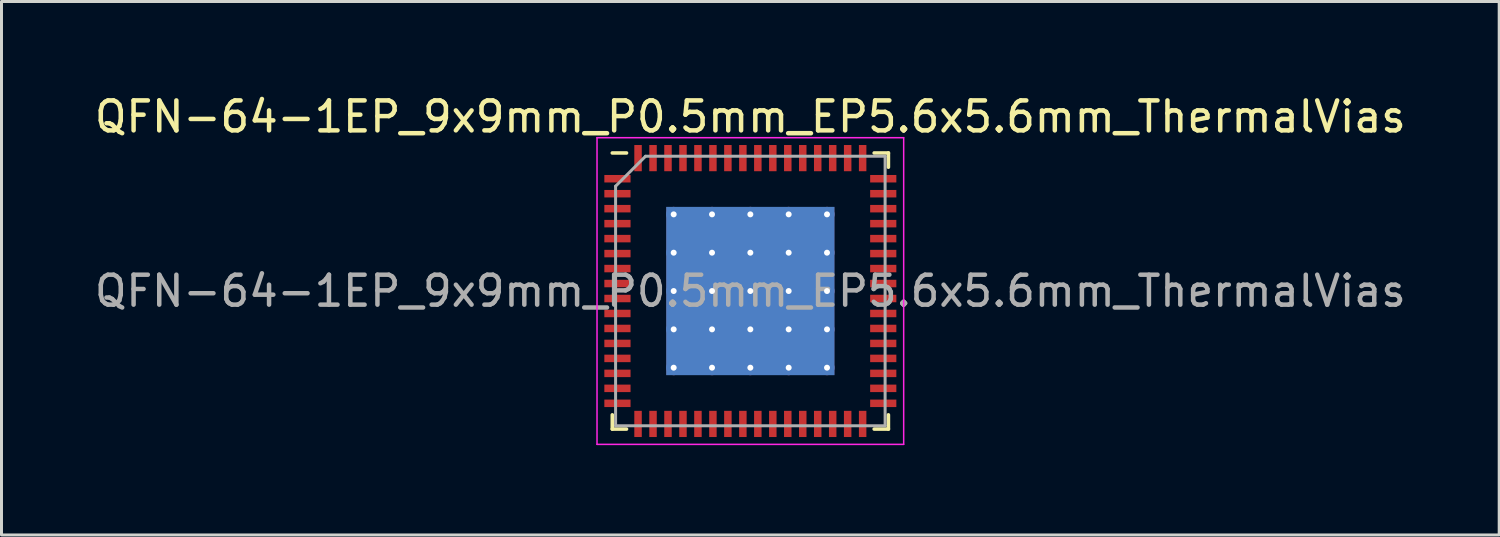
<source format=kicad_pcb>
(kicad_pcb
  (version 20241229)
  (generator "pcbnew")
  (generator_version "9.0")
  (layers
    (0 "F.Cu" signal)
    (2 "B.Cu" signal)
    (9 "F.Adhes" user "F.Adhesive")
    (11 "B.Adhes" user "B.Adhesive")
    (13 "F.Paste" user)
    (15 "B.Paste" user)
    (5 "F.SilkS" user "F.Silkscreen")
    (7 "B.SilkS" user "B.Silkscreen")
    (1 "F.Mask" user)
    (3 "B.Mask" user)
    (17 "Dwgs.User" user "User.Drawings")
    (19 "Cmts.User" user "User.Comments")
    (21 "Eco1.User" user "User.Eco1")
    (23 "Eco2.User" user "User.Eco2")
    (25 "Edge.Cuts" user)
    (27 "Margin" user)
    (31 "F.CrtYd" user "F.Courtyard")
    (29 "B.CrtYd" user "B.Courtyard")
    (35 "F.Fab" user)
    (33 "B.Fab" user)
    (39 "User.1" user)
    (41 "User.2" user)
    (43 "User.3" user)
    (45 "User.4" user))
  (footprint "QFN-64-1EP_9x9mm_P0.5mm_EP5.6x5.6mm_ThermalVias"
    (layer "F.Cu")
    (at 22.006 6.668)
    (property "Reference" "QFN-64-1EP_9x9mm_P0.5mm_EP5.6x5.6mm_ThermalVias" (at 0 -5.82 0) (layer "F.SilkS") (effects (font (size 1 1) (thickness 0.15))))
    (attr smd)
    (fp_line (start -4.61 4.61) (end -4.61 4.135) (stroke (width 0.12) (type solid)) (layer "F.SilkS"))
    (fp_line (start -4.135 -4.61) (end -4.61 -4.61) (stroke (width 0.12) (type solid)) (layer "F.SilkS"))
    (fp_line (start -4.135 4.61) (end -4.61 4.61) (stroke (width 0.12) (type solid)) (layer "F.SilkS"))
    (fp_line (start 4.135 -4.61) (end 4.61 -4.61) (stroke (width 0.12) (type solid)) (layer "F.SilkS"))
    (fp_line (start 4.135 4.61) (end 4.61 4.61) (stroke (width 0.12) (type solid)) (layer "F.SilkS"))
    (fp_line (start 4.61 -4.61) (end 4.61 -4.135) (stroke (width 0.12) (type solid)) (layer "F.SilkS"))
    (fp_line (start 4.61 4.61) (end 4.61 4.135) (stroke (width 0.12) (type solid)) (layer "F.SilkS"))
    (fp_line (start -5.12 -5.12) (end -5.12 5.12) (stroke (width 0.05) (type solid)) (layer "F.CrtYd"))
    (fp_line (start -5.12 5.12) (end 5.12 5.12) (stroke (width 0.05) (type solid)) (layer "F.CrtYd"))
    (fp_line (start 5.12 -5.12) (end -5.12 -5.12) (stroke (width 0.05) (type solid)) (layer "F.CrtYd"))
    (fp_line (start 5.12 5.12) (end 5.12 -5.12) (stroke (width 0.05) (type solid)) (layer "F.CrtYd"))
    (fp_line (start -4.5 -3.5) (end -3.5 -4.5) (stroke (width 0.1) (type solid)) (layer "F.Fab"))
    (fp_line (start -4.5 4.5) (end -4.5 -3.5) (stroke (width 0.1) (type solid)) (layer "F.Fab"))
    (fp_line (start -3.5 -4.5) (end 4.5 -4.5) (stroke (width 0.1) (type solid)) (layer "F.Fab"))
    (fp_line (start 4.5 -4.5) (end 4.5 4.5) (stroke (width 0.1) (type solid)) (layer "F.Fab"))
    (fp_line (start 4.5 4.5) (end -4.5 4.5) (stroke (width 0.1) (type solid)) (layer "F.Fab"))
    (fp_text user "${REFERENCE}" (at 0 0 0) (layer "F.Fab") (effects (font (size 1 1) (thickness 0.15))))
    (pad "" smd custom (at -1.92 -1.92) (size 1.036 1.036) (layers "F.Paste") (options (anchor circle)) (primitives (gr_poly (pts (xy -0.564 -0.433) (xy -0.433 -0.564) (xy 0.433 -0.564) (xy 0.564 -0.433) (xy 0.564 0.433) (xy 0.433 0.564) (xy -0.433 0.564) (xy -0.564 0.433)) (width 0) (fill yes))))
    (pad "" smd custom (at -1.92 -0.64) (size 1.036 1.036) (layers "F.Paste") (options (anchor circle)) (primitives (gr_poly (pts (xy -0.564 -0.433) (xy -0.433 -0.564) (xy 0.433 -0.564) (xy 0.564 -0.433) (xy 0.564 0.433) (xy 0.433 0.564) (xy -0.433 0.564) (xy -0.564 0.433)) (width 0) (fill yes))))
    (pad "" smd custom (at -1.92 0.64) (size 1.036 1.036) (layers "F.Paste") (options (anchor circle)) (primitives (gr_poly (pts (xy -0.564 -0.433) (xy -0.433 -0.564) (xy 0.433 -0.564) (xy 0.564 -0.433) (xy 0.564 0.433) (xy 0.433 0.564) (xy -0.433 0.564) (xy -0.564 0.433)) (width 0) (fill yes))))
    (pad "" smd custom (at -1.92 1.92) (size 1.036 1.036) (layers "F.Paste") (options (anchor circle)) (primitives (gr_poly (pts (xy -0.564 -0.433) (xy -0.433 -0.564) (xy 0.433 -0.564) (xy 0.564 -0.433) (xy 0.564 0.433) (xy 0.433 0.564) (xy -0.433 0.564) (xy -0.564 0.433)) (width 0) (fill yes))))
    (pad "" smd custom (at -0.64 -1.92) (size 1.036 1.036) (layers "F.Paste") (options (anchor circle)) (primitives (gr_poly (pts (xy -0.564 -0.433) (xy -0.433 -0.564) (xy 0.433 -0.564) (xy 0.564 -0.433) (xy 0.564 0.433) (xy 0.433 0.564) (xy -0.433 0.564) (xy -0.564 0.433)) (width 0) (fill yes))))
    (pad "" smd custom (at -0.64 -0.64) (size 1.036 1.036) (layers "F.Paste") (options (anchor circle)) (primitives (gr_poly (pts (xy -0.564 -0.433) (xy -0.433 -0.564) (xy 0.433 -0.564) (xy 0.564 -0.433) (xy 0.564 0.433) (xy 0.433 0.564) (xy -0.433 0.564) (xy -0.564 0.433)) (width 0) (fill yes))))
    (pad "" smd custom (at -0.64 0.64) (size 1.036 1.036) (layers "F.Paste") (options (anchor circle)) (primitives (gr_poly (pts (xy -0.564 -0.433) (xy -0.433 -0.564) (xy 0.433 -0.564) (xy 0.564 -0.433) (xy 0.564 0.433) (xy 0.433 0.564) (xy -0.433 0.564) (xy -0.564 0.433)) (width 0) (fill yes))))
    (pad "" smd custom (at -0.64 1.92) (size 1.036 1.036) (layers "F.Paste") (options (anchor circle)) (primitives (gr_poly (pts (xy -0.564 -0.433) (xy -0.433 -0.564) (xy 0.433 -0.564) (xy 0.564 -0.433) (xy 0.564 0.433) (xy 0.433 0.564) (xy -0.433 0.564) (xy -0.564 0.433)) (width 0) (fill yes))))
    (pad "" smd custom (at 0.64 -1.92) (size 1.036 1.036) (layers "F.Paste") (options (anchor circle)) (primitives (gr_poly (pts (xy -0.564 -0.433) (xy -0.433 -0.564) (xy 0.433 -0.564) (xy 0.564 -0.433) (xy 0.564 0.433) (xy 0.433 0.564) (xy -0.433 0.564) (xy -0.564 0.433)) (width 0) (fill yes))))
    (pad "" smd custom (at 0.64 -0.64) (size 1.036 1.036) (layers "F.Paste") (options (anchor circle)) (primitives (gr_poly (pts (xy -0.564 -0.433) (xy -0.433 -0.564) (xy 0.433 -0.564) (xy 0.564 -0.433) (xy 0.564 0.433) (xy 0.433 0.564) (xy -0.433 0.564) (xy -0.564 0.433)) (width 0) (fill yes))))
    (pad "" smd custom (at 0.64 0.64) (size 1.036 1.036) (layers "F.Paste") (options (anchor circle)) (primitives (gr_poly (pts (xy -0.564 -0.433) (xy -0.433 -0.564) (xy 0.433 -0.564) (xy 0.564 -0.433) (xy 0.564 0.433) (xy 0.433 0.564) (xy -0.433 0.564) (xy -0.564 0.433)) (width 0) (fill yes))))
    (pad "" smd custom (at 0.64 1.92) (size 1.036 1.036) (layers "F.Paste") (options (anchor circle)) (primitives (gr_poly (pts (xy -0.564 -0.433) (xy -0.433 -0.564) (xy 0.433 -0.564) (xy 0.564 -0.433) (xy 0.564 0.433) (xy 0.433 0.564) (xy -0.433 0.564) (xy -0.564 0.433)) (width 0) (fill yes))))
    (pad "" smd custom (at 1.92 -1.92) (size 1.036 1.036) (layers "F.Paste") (options (anchor circle)) (primitives (gr_poly (pts (xy -0.564 -0.433) (xy -0.433 -0.564) (xy 0.433 -0.564) (xy 0.564 -0.433) (xy 0.564 0.433) (xy 0.433 0.564) (xy -0.433 0.564) (xy -0.564 0.433)) (width 0) (fill yes))))
    (pad "" smd custom (at 1.92 -0.64) (size 1.036 1.036) (layers "F.Paste") (options (anchor circle)) (primitives (gr_poly (pts (xy -0.564 -0.433) (xy -0.433 -0.564) (xy 0.433 -0.564) (xy 0.564 -0.433) (xy 0.564 0.433) (xy 0.433 0.564) (xy -0.433 0.564) (xy -0.564 0.433)) (width 0) (fill yes))))
    (pad "" smd custom (at 1.92 0.64) (size 1.036 1.036) (layers "F.Paste") (options (anchor circle)) (primitives (gr_poly (pts (xy -0.564 -0.433) (xy -0.433 -0.564) (xy 0.433 -0.564) (xy 0.564 -0.433) (xy 0.564 0.433) (xy 0.433 0.564) (xy -0.433 0.564) (xy -0.564 0.433)) (width 0) (fill yes))))
    (pad "" smd custom (at 1.92 1.92) (size 1.036 1.036) (layers "F.Paste") (options (anchor circle)) (primitives (gr_poly (pts (xy -0.564 -0.433) (xy -0.433 -0.564) (xy 0.433 -0.564) (xy 0.564 -0.433) (xy 0.564 0.433) (xy 0.433 0.564) (xy -0.433 0.564) (xy -0.564 0.433)) (width 0) (fill yes))))
    (pad "1" smd rect (at -4.438 -3.75) (size 0.875 0.25) (layers "F.Cu" "F.Mask" "F.Paste"))
    (pad "2" smd rect (at -4.438 -3.25) (size 0.875 0.25) (layers "F.Cu" "F.Mask" "F.Paste"))
    (pad "3" smd rect (at -4.438 -2.75) (size 0.875 0.25) (layers "F.Cu" "F.Mask" "F.Paste"))
    (pad "4" smd rect (at -4.438 -2.25) (size 0.875 0.25) (layers "F.Cu" "F.Mask" "F.Paste"))
    (pad "5" smd rect (at -4.438 -1.75) (size 0.875 0.25) (layers "F.Cu" "F.Mask" "F.Paste"))
    (pad "6" smd rect (at -4.438 -1.25) (size 0.875 0.25) (layers "F.Cu" "F.Mask" "F.Paste"))
    (pad "7" smd rect (at -4.438 -0.75) (size 0.875 0.25) (layers "F.Cu" "F.Mask" "F.Paste"))
    (pad "8" smd rect (at -4.438 -0.25) (size 0.875 0.25) (layers "F.Cu" "F.Mask" "F.Paste"))
    (pad "9" smd rect (at -4.438 0.25) (size 0.875 0.25) (layers "F.Cu" "F.Mask" "F.Paste"))
    (pad "10" smd rect (at -4.438 0.75) (size 0.875 0.25) (layers "F.Cu" "F.Mask" "F.Paste"))
    (pad "11" smd rect (at -4.438 1.25) (size 0.875 0.25) (layers "F.Cu" "F.Mask" "F.Paste"))
    (pad "12" smd rect (at -4.438 1.75) (size 0.875 0.25) (layers "F.Cu" "F.Mask" "F.Paste"))
    (pad "13" smd rect (at -4.438 2.25) (size 0.875 0.25) (layers "F.Cu" "F.Mask" "F.Paste"))
    (pad "14" smd rect (at -4.438 2.75) (size 0.875 0.25) (layers "F.Cu" "F.Mask" "F.Paste"))
    (pad "15" smd rect (at -4.438 3.25) (size 0.875 0.25) (layers "F.Cu" "F.Mask" "F.Paste"))
    (pad "16" smd rect (at -4.438 3.75) (size 0.875 0.25) (layers "F.Cu" "F.Mask" "F.Paste"))
    (pad "17" smd rect (at -3.75 4.438) (size 0.25 0.875) (layers "F.Cu" "F.Mask" "F.Paste"))
    (pad "18" smd rect (at -3.25 4.438) (size 0.25 0.875) (layers "F.Cu" "F.Mask" "F.Paste"))
    (pad "19" smd rect (at -2.75 4.438) (size 0.25 0.875) (layers "F.Cu" "F.Mask" "F.Paste"))
    (pad "20" smd rect (at -2.25 4.438) (size 0.25 0.875) (layers "F.Cu" "F.Mask" "F.Paste"))
    (pad "21" smd rect (at -1.75 4.438) (size 0.25 0.875) (layers "F.Cu" "F.Mask" "F.Paste"))
    (pad "22" smd rect (at -1.25 4.438) (size 0.25 0.875) (layers "F.Cu" "F.Mask" "F.Paste"))
    (pad "23" smd rect (at -0.75 4.438) (size 0.25 0.875) (layers "F.Cu" "F.Mask" "F.Paste"))
    (pad "24" smd rect (at -0.25 4.438) (size 0.25 0.875) (layers "F.Cu" "F.Mask" "F.Paste"))
    (pad "25" smd rect (at 0.25 4.438) (size 0.25 0.875) (layers "F.Cu" "F.Mask" "F.Paste"))
    (pad "26" smd rect (at 0.75 4.438) (size 0.25 0.875) (layers "F.Cu" "F.Mask" "F.Paste"))
    (pad "27" smd rect (at 1.25 4.438) (size 0.25 0.875) (layers "F.Cu" "F.Mask" "F.Paste"))
    (pad "28" smd rect (at 1.75 4.438) (size 0.25 0.875) (layers "F.Cu" "F.Mask" "F.Paste"))
    (pad "29" smd rect (at 2.25 4.438) (size 0.25 0.875) (layers "F.Cu" "F.Mask" "F.Paste"))
    (pad "30" smd rect (at 2.75 4.438) (size 0.25 0.875) (layers "F.Cu" "F.Mask" "F.Paste"))
    (pad "31" smd rect (at 3.25 4.438) (size 0.25 0.875) (layers "F.Cu" "F.Mask" "F.Paste"))
    (pad "32" smd rect (at 3.75 4.438) (size 0.25 0.875) (layers "F.Cu" "F.Mask" "F.Paste"))
    (pad "33" smd rect (at 4.438 3.75) (size 0.875 0.25) (layers "F.Cu" "F.Mask" "F.Paste"))
    (pad "34" smd rect (at 4.438 3.25) (size 0.875 0.25) (layers "F.Cu" "F.Mask" "F.Paste"))
    (pad "35" smd rect (at 4.438 2.75) (size 0.875 0.25) (layers "F.Cu" "F.Mask" "F.Paste"))
    (pad "36" smd rect (at 4.438 2.25) (size 0.875 0.25) (layers "F.Cu" "F.Mask" "F.Paste"))
    (pad "37" smd rect (at 4.438 1.75) (size 0.875 0.25) (layers "F.Cu" "F.Mask" "F.Paste"))
    (pad "38" smd rect (at 4.438 1.25) (size 0.875 0.25) (layers "F.Cu" "F.Mask" "F.Paste"))
    (pad "39" smd rect (at 4.438 0.75) (size 0.875 0.25) (layers "F.Cu" "F.Mask" "F.Paste"))
    (pad "40" smd rect (at 4.438 0.25) (size 0.875 0.25) (layers "F.Cu" "F.Mask" "F.Paste"))
    (pad "41" smd rect (at 4.438 -0.25) (size 0.875 0.25) (layers "F.Cu" "F.Mask" "F.Paste"))
    (pad "42" smd rect (at 4.438 -0.75) (size 0.875 0.25) (layers "F.Cu" "F.Mask" "F.Paste"))
    (pad "43" smd rect (at 4.438 -1.25) (size 0.875 0.25) (layers "F.Cu" "F.Mask" "F.Paste"))
    (pad "44" smd rect (at 4.438 -1.75) (size 0.875 0.25) (layers "F.Cu" "F.Mask" "F.Paste"))
    (pad "45" smd rect (at 4.438 -2.25) (size 0.875 0.25) (layers "F.Cu" "F.Mask" "F.Paste"))
    (pad "46" smd rect (at 4.438 -2.75) (size 0.875 0.25) (layers "F.Cu" "F.Mask" "F.Paste"))
    (pad "47" smd rect (at 4.438 -3.25) (size 0.875 0.25) (layers "F.Cu" "F.Mask" "F.Paste"))
    (pad "48" smd rect (at 4.438 -3.75) (size 0.875 0.25) (layers "F.Cu" "F.Mask" "F.Paste"))
    (pad "49" smd rect (at 3.75 -4.438) (size 0.25 0.875) (layers "F.Cu" "F.Mask" "F.Paste"))
    (pad "50" smd rect (at 3.25 -4.438) (size 0.25 0.875) (layers "F.Cu" "F.Mask" "F.Paste"))
    (pad "51" smd rect (at 2.75 -4.438) (size 0.25 0.875) (layers "F.Cu" "F.Mask" "F.Paste"))
    (pad "52" smd rect (at 2.25 -4.438) (size 0.25 0.875) (layers "F.Cu" "F.Mask" "F.Paste"))
    (pad "53" smd rect (at 1.75 -4.438) (size 0.25 0.875) (layers "F.Cu" "F.Mask" "F.Paste"))
    (pad "54" smd rect (at 1.25 -4.438) (size 0.25 0.875) (layers "F.Cu" "F.Mask" "F.Paste"))
    (pad "55" smd rect (at 0.75 -4.438) (size 0.25 0.875) (layers "F.Cu" "F.Mask" "F.Paste"))
    (pad "56" smd rect (at 0.25 -4.438) (size 0.25 0.875) (layers "F.Cu" "F.Mask" "F.Paste"))
    (pad "57" smd rect (at -0.25 -4.438) (size 0.25 0.875) (layers "F.Cu" "F.Mask" "F.Paste"))
    (pad "58" smd rect (at -0.75 -4.438) (size 0.25 0.875) (layers "F.Cu" "F.Mask" "F.Paste"))
    (pad "59" smd rect (at -1.25 -4.438) (size 0.25 0.875) (layers "F.Cu" "F.Mask" "F.Paste"))
    (pad "60" smd rect (at -1.75 -4.438) (size 0.25 0.875) (layers "F.Cu" "F.Mask" "F.Paste"))
    (pad "61" smd rect (at -2.25 -4.438) (size 0.25 0.875) (layers "F.Cu" "F.Mask" "F.Paste"))
    (pad "62" smd rect (at -2.75 -4.438) (size 0.25 0.875) (layers "F.Cu" "F.Mask" "F.Paste"))
    (pad "63" smd rect (at -3.25 -4.438) (size 0.25 0.875) (layers "F.Cu" "F.Mask" "F.Paste"))
    (pad "64" smd rect (at -3.75 -4.438) (size 0.25 0.875) (layers "F.Cu" "F.Mask" "F.Paste"))
    (pad "65" thru_hole circle (at -2.56 -2.56) (size 0.5 0.5) (drill 0.2) (layers "*.Cu"))
    (pad "65" thru_hole circle (at -2.56 -1.28) (size 0.5 0.5) (drill 0.2) (layers "*.Cu"))
    (pad "65" thru_hole circle (at -2.56 0) (size 0.5 0.5) (drill 0.2) (layers "*.Cu"))
    (pad "65" thru_hole circle (at -2.56 1.28) (size 0.5 0.5) (drill 0.2) (layers "*.Cu"))
    (pad "65" thru_hole circle (at -2.56 2.56) (size 0.5 0.5) (drill 0.2) (layers "*.Cu"))
    (pad "65" thru_hole circle (at -1.28 -2.56) (size 0.5 0.5) (drill 0.2) (layers "*.Cu"))
    (pad "65" thru_hole circle (at -1.28 -1.28) (size 0.5 0.5) (drill 0.2) (layers "*.Cu"))
    (pad "65" thru_hole circle (at -1.28 0) (size 0.5 0.5) (drill 0.2) (layers "*.Cu"))
    (pad "65" thru_hole circle (at -1.28 1.28) (size 0.5 0.5) (drill 0.2) (layers "*.Cu"))
    (pad "65" thru_hole circle (at -1.28 2.56) (size 0.5 0.5) (drill 0.2) (layers "*.Cu"))
    (pad "65" thru_hole circle (at 0 -2.56) (size 0.5 0.5) (drill 0.2) (layers "*.Cu"))
    (pad "65" thru_hole circle (at 0 -1.28) (size 0.5 0.5) (drill 0.2) (layers "*.Cu"))
    (pad "65" thru_hole circle (at 0 0) (size 0.5 0.5) (drill 0.2) (layers "*.Cu"))
    (pad "65" smd rect (at 0 0) (size 5.6 5.6) (layers "F.Cu" "F.Mask"))
    (pad "65" smd rect (at 0 0) (size 5.62 5.62) (layers "B.Cu"))
    (pad "65" thru_hole circle (at 0 1.28) (size 0.5 0.5) (drill 0.2) (layers "*.Cu"))
    (pad "65" thru_hole circle (at 0 2.56) (size 0.5 0.5) (drill 0.2) (layers "*.Cu"))
    (pad "65" thru_hole circle (at 1.28 -2.56) (size 0.5 0.5) (drill 0.2) (layers "*.Cu"))
    (pad "65" thru_hole circle (at 1.28 -1.28) (size 0.5 0.5) (drill 0.2) (layers "*.Cu"))
    (pad "65" thru_hole circle (at 1.28 0) (size 0.5 0.5) (drill 0.2) (layers "*.Cu"))
    (pad "65" thru_hole circle (at 1.28 1.28) (size 0.5 0.5) (drill 0.2) (layers "*.Cu"))
    (pad "65" thru_hole circle (at 1.28 2.56) (size 0.5 0.5) (drill 0.2) (layers "*.Cu"))
    (pad "65" thru_hole circle (at 2.56 -2.56) (size 0.5 0.5) (drill 0.2) (layers "*.Cu"))
    (pad "65" thru_hole circle (at 2.56 -1.28) (size 0.5 0.5) (drill 0.2) (layers "*.Cu"))
    (pad "65" thru_hole circle (at 2.56 0) (size 0.5 0.5) (drill 0.2) (layers "*.Cu"))
    (pad "65" thru_hole circle (at 2.56 1.28) (size 0.5 0.5) (drill 0.2) (layers "*.Cu"))
    (pad "65" thru_hole circle (at 2.56 2.56) (size 0.5 0.5) (drill 0.2) (layers "*.Cu")))
  (gr_rect
    (start -3 -3)
    (end 47.012 14.813)
    (stroke (width 0.1) (type default))
    (fill no)
    (layer "Edge.Cuts")))
</source>
